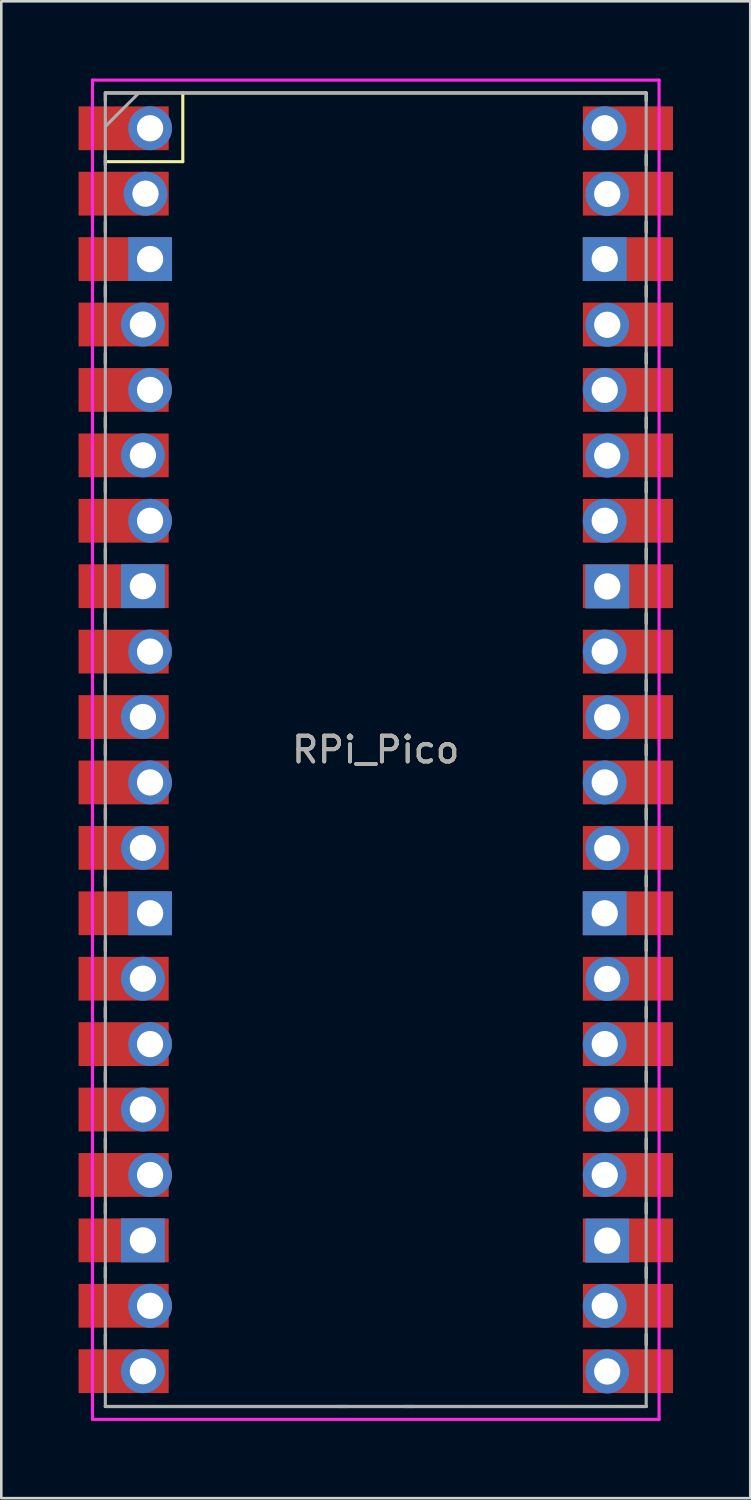
<source format=kicad_pcb>
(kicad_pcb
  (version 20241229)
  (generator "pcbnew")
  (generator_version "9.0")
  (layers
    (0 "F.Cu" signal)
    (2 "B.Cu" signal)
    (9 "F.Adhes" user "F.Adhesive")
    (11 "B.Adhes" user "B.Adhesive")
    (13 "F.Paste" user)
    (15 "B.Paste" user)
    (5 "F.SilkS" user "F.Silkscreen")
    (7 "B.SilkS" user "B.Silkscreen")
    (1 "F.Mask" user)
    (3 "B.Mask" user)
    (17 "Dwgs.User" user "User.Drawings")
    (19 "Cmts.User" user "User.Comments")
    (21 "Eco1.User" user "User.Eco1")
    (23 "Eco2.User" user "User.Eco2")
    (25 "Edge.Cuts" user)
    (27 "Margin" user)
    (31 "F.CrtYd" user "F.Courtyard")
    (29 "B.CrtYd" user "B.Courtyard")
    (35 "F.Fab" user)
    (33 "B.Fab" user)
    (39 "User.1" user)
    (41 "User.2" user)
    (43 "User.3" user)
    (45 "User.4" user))
  (footprint "RPi_Pico"
    (layer "F.Cu")
    (at 11.54 26.06)
    (property "Reference" "RPi_Pico" (at 0 0 0) (layer "F.SilkS") (effects (font (size 1 1) (thickness 0.15))))
    (attr through_hole)
    (fp_line (start -10.5 -25.5) (end -10.5 -25.2) (stroke (width 0.12) (type solid)) (layer "F.SilkS"))
    (fp_line (start -10.5 -25.5) (end 10.5 -25.5) (stroke (width 0.12) (type solid)) (layer "F.SilkS"))
    (fp_line (start -10.5 -23.1) (end -10.5 -22.7) (stroke (width 0.12) (type solid)) (layer "F.SilkS"))
    (fp_line (start -10.5 -22.833) (end -7.493 -22.833) (stroke (width 0.12) (type solid)) (layer "F.SilkS"))
    (fp_line (start -10.5 -20.5) (end -10.5 -20.1) (stroke (width 0.12) (type solid)) (layer "F.SilkS"))
    (fp_line (start -10.5 -18) (end -10.5 -17.6) (stroke (width 0.12) (type solid)) (layer "F.SilkS"))
    (fp_line (start -10.5 -15.4) (end -10.5 -15) (stroke (width 0.12) (type solid)) (layer "F.SilkS"))
    (fp_line (start -10.5 -12.9) (end -10.5 -12.5) (stroke (width 0.12) (type solid)) (layer "F.SilkS"))
    (fp_line (start -10.5 -10.4) (end -10.5 -10) (stroke (width 0.12) (type solid)) (layer "F.SilkS"))
    (fp_line (start -10.5 -7.8) (end -10.5 -7.4) (stroke (width 0.12) (type solid)) (layer "F.SilkS"))
    (fp_line (start -10.5 -5.3) (end -10.5 -4.9) (stroke (width 0.12) (type solid)) (layer "F.SilkS"))
    (fp_line (start -10.5 -2.7) (end -10.5 -2.3) (stroke (width 0.12) (type solid)) (layer "F.SilkS"))
    (fp_line (start -10.5 -0.2) (end -10.5 0.2) (stroke (width 0.12) (type solid)) (layer "F.SilkS"))
    (fp_line (start -10.5 2.3) (end -10.5 2.7) (stroke (width 0.12) (type solid)) (layer "F.SilkS"))
    (fp_line (start -10.5 4.9) (end -10.5 5.3) (stroke (width 0.12) (type solid)) (layer "F.SilkS"))
    (fp_line (start -10.5 7.4) (end -10.5 7.8) (stroke (width 0.12) (type solid)) (layer "F.SilkS"))
    (fp_line (start -10.5 10) (end -10.5 10.4) (stroke (width 0.12) (type solid)) (layer "F.SilkS"))
    (fp_line (start -10.5 12.5) (end -10.5 12.9) (stroke (width 0.12) (type solid)) (layer "F.SilkS"))
    (fp_line (start -10.5 15.1) (end -10.5 15.5) (stroke (width 0.12) (type solid)) (layer "F.SilkS"))
    (fp_line (start -10.5 17.6) (end -10.5 18) (stroke (width 0.12) (type solid)) (layer "F.SilkS"))
    (fp_line (start -10.5 20.1) (end -10.5 20.5) (stroke (width 0.12) (type solid)) (layer "F.SilkS"))
    (fp_line (start -10.5 22.7) (end -10.5 23.1) (stroke (width 0.12) (type solid)) (layer "F.SilkS"))
    (fp_line (start -7.493 -22.833) (end -7.493 -25.5) (stroke (width 0.12) (type solid)) (layer "F.SilkS"))
    (fp_line (start -1.5 25.5) (end -1.1 25.5) (stroke (width 0.12) (type solid)) (layer "F.SilkS"))
    (fp_line (start 1.1 25.5) (end 1.5 25.5) (stroke (width 0.12) (type solid)) (layer "F.SilkS"))
    (fp_line (start 3.7 25.5) (end -10.5 25.5) (stroke (width 0.12) (type solid)) (layer "F.SilkS"))
    (fp_line (start 10.5 -25.5) (end 10.5 -25.2) (stroke (width 0.12) (type solid)) (layer "F.SilkS"))
    (fp_line (start 10.5 -23.1) (end 10.5 -22.7) (stroke (width 0.12) (type solid)) (layer "F.SilkS"))
    (fp_line (start 10.5 -20.5) (end 10.5 -20.1) (stroke (width 0.12) (type solid)) (layer "F.SilkS"))
    (fp_line (start 10.5 -18) (end 10.5 -17.6) (stroke (width 0.12) (type solid)) (layer "F.SilkS"))
    (fp_line (start 10.5 -15.4) (end 10.5 -15) (stroke (width 0.12) (type solid)) (layer "F.SilkS"))
    (fp_line (start 10.5 -12.9) (end 10.5 -12.5) (stroke (width 0.12) (type solid)) (layer "F.SilkS"))
    (fp_line (start 10.5 -10.4) (end 10.5 -10) (stroke (width 0.12) (type solid)) (layer "F.SilkS"))
    (fp_line (start 10.5 -7.8) (end 10.5 -7.4) (stroke (width 0.12) (type solid)) (layer "F.SilkS"))
    (fp_line (start 10.5 -5.3) (end 10.5 -4.9) (stroke (width 0.12) (type solid)) (layer "F.SilkS"))
    (fp_line (start 10.5 -2.7) (end 10.5 -2.3) (stroke (width 0.12) (type solid)) (layer "F.SilkS"))
    (fp_line (start 10.5 -0.2) (end 10.5 0.2) (stroke (width 0.12) (type solid)) (layer "F.SilkS"))
    (fp_line (start 10.5 2.3) (end 10.5 2.7) (stroke (width 0.12) (type solid)) (layer "F.SilkS"))
    (fp_line (start 10.5 4.9) (end 10.5 5.3) (stroke (width 0.12) (type solid)) (layer "F.SilkS"))
    (fp_line (start 10.5 7.4) (end 10.5 7.8) (stroke (width 0.12) (type solid)) (layer "F.SilkS"))
    (fp_line (start 10.5 10) (end 10.5 10.4) (stroke (width 0.12) (type solid)) (layer "F.SilkS"))
    (fp_line (start 10.5 12.5) (end 10.5 12.9) (stroke (width 0.12) (type solid)) (layer "F.SilkS"))
    (fp_line (start 10.5 15.1) (end 10.5 15.5) (stroke (width 0.12) (type solid)) (layer "F.SilkS"))
    (fp_line (start 10.5 17.6) (end 10.5 18) (stroke (width 0.12) (type solid)) (layer "F.SilkS"))
    (fp_line (start 10.5 20.1) (end 10.5 20.5) (stroke (width 0.12) (type solid)) (layer "F.SilkS"))
    (fp_line (start 10.5 22.7) (end 10.5 23.1) (stroke (width 0.12) (type solid)) (layer "F.SilkS"))
    (fp_line (start 10.5 25.5) (end 3.7 25.5) (stroke (width 0.12) (type solid)) (layer "F.SilkS"))
    (fp_line (start -11 -26) (end 11 -26) (stroke (width 0.12) (type solid)) (layer "F.CrtYd"))
    (fp_line (start -11 26) (end -11 -26) (stroke (width 0.12) (type solid)) (layer "F.CrtYd"))
    (fp_line (start 11 -26) (end 11 26) (stroke (width 0.12) (type solid)) (layer "F.CrtYd"))
    (fp_line (start 11 26) (end -11 26) (stroke (width 0.12) (type solid)) (layer "F.CrtYd"))
    (fp_line (start -10.5 -25.5) (end 10.5 -25.5) (stroke (width 0.12) (type solid)) (layer "F.Fab"))
    (fp_line (start -10.5 -24.2) (end -9.2 -25.5) (stroke (width 0.12) (type solid)) (layer "F.Fab"))
    (fp_line (start -10.5 25.5) (end -10.5 -25.5) (stroke (width 0.12) (type solid)) (layer "F.Fab"))
    (fp_line (start 10.5 -25.5) (end 10.5 25.5) (stroke (width 0.12) (type solid)) (layer "F.Fab"))
    (fp_line (start 10.5 25.5) (end -10.5 25.5) (stroke (width 0.12) (type solid)) (layer "F.Fab"))
    (fp_text user "${REFERENCE}" (at 0 0 180) (layer "F.Fab") (effects (font (size 1 1) (thickness 0.15))))
    (pad "1" smd rect (at -8.89 -24.13) (size 3.5 1.7) (drill (offset -0.9 0)) (layers "F.Cu" "F.Mask"))
    (pad "1" thru_hole oval (at -8.763 -24.13) (size 1.7 1.7) (drill 1.02) (layers "*.Cu" "*.Mask"))
    (pad "2" thru_hole oval (at -8.941 -21.59) (size 1.7 1.7) (drill 1.02) (layers "*.Cu" "*.Mask"))
    (pad "2" smd rect (at -8.89 -21.59) (size 3.5 1.7) (drill (offset -0.9 0)) (layers "F.Cu" "F.Mask"))
    (pad "3" smd rect (at -8.89 -19.05) (size 3.5 1.7) (drill (offset -0.9 0)) (layers "F.Cu" "F.Mask"))
    (pad "3" thru_hole rect (at -8.763 -19.05) (size 1.7 1.7) (drill 1.02) (layers "*.Cu" "*.Mask"))
    (pad "4" thru_hole oval (at -9.042 -16.51) (size 1.7 1.7) (drill 1.02) (layers "*.Cu" "*.Mask"))
    (pad "4" smd rect (at -8.89 -16.51) (size 3.5 1.7) (drill (offset -0.9 0)) (layers "F.Cu" "F.Mask"))
    (pad "5" smd rect (at -8.89 -13.97) (size 3.5 1.7) (drill (offset -0.9 0)) (layers "F.Cu" "F.Mask"))
    (pad "5" thru_hole oval (at -8.763 -13.97) (size 1.7 1.7) (drill 1.02) (layers "*.Cu" "*.Mask"))
    (pad "6" thru_hole oval (at -9.042 -11.43) (size 1.7 1.7) (drill 1.02) (layers "*.Cu" "*.Mask"))
    (pad "6" smd rect (at -8.89 -11.43) (size 3.5 1.7) (drill (offset -0.9 0)) (layers "F.Cu" "F.Mask"))
    (pad "7" smd rect (at -8.89 -8.89) (size 3.5 1.7) (drill (offset -0.9 0)) (layers "F.Cu" "F.Mask"))
    (pad "7" thru_hole oval (at -8.763 -8.89) (size 1.7 1.7) (drill 1.02) (layers "*.Cu" "*.Mask"))
    (pad "8" thru_hole rect (at -9.042 -6.35) (size 1.7 1.7) (drill 1.02) (layers "*.Cu" "*.Mask"))
    (pad "8" smd rect (at -8.89 -6.35) (size 3.5 1.7) (drill (offset -0.9 0)) (layers "F.Cu" "F.Mask"))
    (pad "9" smd rect (at -8.89 -3.81) (size 3.5 1.7) (drill (offset -0.9 0)) (layers "F.Cu" "F.Mask"))
    (pad "9" thru_hole oval (at -8.763 -3.81) (size 1.7 1.7) (drill 1.02) (layers "*.Cu" "*.Mask"))
    (pad "10" thru_hole oval (at -9.042 -1.27) (size 1.7 1.7) (drill 1.02) (layers "*.Cu" "*.Mask"))
    (pad "10" smd rect (at -8.89 -1.27) (size 3.5 1.7) (drill (offset -0.9 0)) (layers "F.Cu" "F.Mask"))
    (pad "11" smd rect (at -8.89 1.27) (size 3.5 1.7) (drill (offset -0.9 0)) (layers "F.Cu" "F.Mask"))
    (pad "11" thru_hole oval (at -8.763 1.27) (size 1.7 1.7) (drill 1.02) (layers "*.Cu" "*.Mask"))
    (pad "12" thru_hole oval (at -9.042 3.81) (size 1.7 1.7) (drill 1.02) (layers "*.Cu" "*.Mask"))
    (pad "12" smd rect (at -8.89 3.81) (size 3.5 1.7) (drill (offset -0.9 0)) (layers "F.Cu" "F.Mask"))
    (pad "13" smd rect (at -8.89 6.35) (size 3.5 1.7) (drill (offset -0.9 0)) (layers "F.Cu" "F.Mask"))
    (pad "13" thru_hole rect (at -8.763 6.35) (size 1.7 1.7) (drill 1.02) (layers "*.Cu" "*.Mask"))
    (pad "14" thru_hole oval (at -9.042 8.89) (size 1.7 1.7) (drill 1.02) (layers "*.Cu" "*.Mask"))
    (pad "14" smd rect (at -8.89 8.89) (size 3.5 1.7) (drill (offset -0.9 0)) (layers "F.Cu" "F.Mask"))
    (pad "15" smd rect (at -8.89 11.43) (size 3.5 1.7) (drill (offset -0.9 0)) (layers "F.Cu" "F.Mask"))
    (pad "15" thru_hole oval (at -8.763 11.43) (size 1.7 1.7) (drill 1.02) (layers "*.Cu" "*.Mask"))
    (pad "16" thru_hole oval (at -9.042 13.97) (size 1.7 1.7) (drill 1.02) (layers "*.Cu" "*.Mask"))
    (pad "16" smd rect (at -8.89 13.97) (size 3.5 1.7) (drill (offset -0.9 0)) (layers "F.Cu" "F.Mask"))
    (pad "17" smd rect (at -8.89 16.51) (size 3.5 1.7) (drill (offset -0.9 0)) (layers "F.Cu" "F.Mask"))
    (pad "17" thru_hole oval (at -8.763 16.51) (size 1.7 1.7) (drill 1.02) (layers "*.Cu" "*.Mask"))
    (pad "18" thru_hole rect (at -9.042 19.05) (size 1.7 1.7) (drill 1.02) (layers "*.Cu" "*.Mask"))
    (pad "18" smd rect (at -8.89 19.05) (size 3.5 1.7) (drill (offset -0.9 0)) (layers "F.Cu" "F.Mask"))
    (pad "19" smd rect (at -8.89 21.59) (size 3.5 1.7) (drill (offset -0.9 0)) (layers "F.Cu" "F.Mask"))
    (pad "19" thru_hole oval (at -8.763 21.59) (size 1.7 1.7) (drill 1.02) (layers "*.Cu" "*.Mask"))
    (pad "20" thru_hole oval (at -9.042 24.13) (size 1.7 1.7) (drill 1.02) (layers "*.Cu" "*.Mask"))
    (pad "20" smd rect (at -8.89 24.13) (size 3.5 1.7) (drill (offset -0.9 0)) (layers "F.Cu" "F.Mask"))
    (pad "21" smd rect (at 8.89 24.13) (size 3.5 1.7) (drill (offset 0.9 0)) (layers "F.Cu" "F.Mask"))
    (pad "21" thru_hole oval (at 8.987 24.14) (size 1.7 1.7) (drill 1.02) (layers "*.Cu" "*.Mask"))
    (pad "22" thru_hole oval (at 8.89 21.59) (size 1.7 1.7) (drill 1.02) (layers "*.Cu" "*.Mask"))
    (pad "22" smd rect (at 8.89 21.59) (size 3.5 1.7) (drill (offset 0.9 0)) (layers "F.Cu" "F.Mask"))
    (pad "23" smd rect (at 8.89 19.05) (size 3.5 1.7) (drill (offset 0.9 0)) (layers "F.Cu" "F.Mask"))
    (pad "23" thru_hole rect (at 8.987 19.06) (size 1.7 1.7) (drill 1.02) (layers "*.Cu" "*.Mask"))
    (pad "24" thru_hole oval (at 8.89 16.51) (size 1.7 1.7) (drill 1.02) (layers "*.Cu" "*.Mask"))
    (pad "24" smd rect (at 8.89 16.51) (size 3.5 1.7) (drill (offset 0.9 0)) (layers "F.Cu" "F.Mask"))
    (pad "25" smd rect (at 8.89 13.97) (size 3.5 1.7) (drill (offset 0.9 0)) (layers "F.Cu" "F.Mask"))
    (pad "25" thru_hole oval (at 8.987 13.98) (size 1.7 1.7) (drill 1.02) (layers "*.Cu" "*.Mask"))
    (pad "26" thru_hole oval (at 8.89 11.43) (size 1.7 1.7) (drill 1.02) (layers "*.Cu" "*.Mask"))
    (pad "26" smd rect (at 8.89 11.43) (size 3.5 1.7) (drill (offset 0.9 0)) (layers "F.Cu" "F.Mask"))
    (pad "27" smd rect (at 8.89 8.89) (size 3.5 1.7) (drill (offset 0.9 0)) (layers "F.Cu" "F.Mask"))
    (pad "27" thru_hole oval (at 8.987 8.9) (size 1.7 1.7) (drill 1.02) (layers "*.Cu" "*.Mask"))
    (pad "28" thru_hole rect (at 8.89 6.35) (size 1.7 1.7) (drill 1.02) (layers "*.Cu" "*.Mask"))
    (pad "28" smd rect (at 8.89 6.35) (size 3.5 1.7) (drill (offset 0.9 0)) (layers "F.Cu" "F.Mask"))
    (pad "29" smd rect (at 8.89 3.81) (size 3.5 1.7) (drill (offset 0.9 0)) (layers "F.Cu" "F.Mask"))
    (pad "29" thru_hole oval (at 8.987 3.82) (size 1.7 1.7) (drill 1.02) (layers "*.Cu" "*.Mask"))
    (pad "30" thru_hole oval (at 8.89 1.27) (size 1.7 1.7) (drill 1.02) (layers "*.Cu" "*.Mask"))
    (pad "30" smd rect (at 8.89 1.27) (size 3.5 1.7) (drill (offset 0.9 0)) (layers "F.Cu" "F.Mask"))
    (pad "31" smd rect (at 8.89 -1.27) (size 3.5 1.7) (drill (offset 0.9 0)) (layers "F.Cu" "F.Mask"))
    (pad "31" thru_hole oval (at 8.987 -1.26) (size 1.7 1.7) (drill 1.02) (layers "*.Cu" "*.Mask"))
    (pad "32" thru_hole oval (at 8.89 -3.81) (size 1.7 1.7) (drill 1.02) (layers "*.Cu" "*.Mask"))
    (pad "32" smd rect (at 8.89 -3.81) (size 3.5 1.7) (drill (offset 0.9 0)) (layers "F.Cu" "F.Mask"))
    (pad "33" smd rect (at 8.89 -6.35) (size 3.5 1.7) (drill (offset 0.9 0)) (layers "F.Cu" "F.Mask"))
    (pad "33" thru_hole rect (at 8.987 -6.34) (size 1.7 1.7) (drill 1.02) (layers "*.Cu" "*.Mask"))
    (pad "34" thru_hole oval (at 8.89 -8.89) (size 1.7 1.7) (drill 1.02) (layers "*.Cu" "*.Mask"))
    (pad "34" smd rect (at 8.89 -8.89) (size 3.5 1.7) (drill (offset 0.9 0)) (layers "F.Cu" "F.Mask"))
    (pad "35" smd rect (at 8.89 -11.43) (size 3.5 1.7) (drill (offset 0.9 0)) (layers "F.Cu" "F.Mask"))
    (pad "35" thru_hole oval (at 8.987 -11.42) (size 1.7 1.7) (drill 1.02) (layers "*.Cu" "*.Mask"))
    (pad "36" thru_hole oval (at 8.89 -13.97) (size 1.7 1.7) (drill 1.02) (layers "*.Cu" "*.Mask"))
    (pad "36" smd rect (at 8.89 -13.97) (size 3.5 1.7) (drill (offset 0.9 0)) (layers "F.Cu" "F.Mask"))
    (pad "37" smd rect (at 8.89 -16.51) (size 3.5 1.7) (drill (offset 0.9 0)) (layers "F.Cu" "F.Mask"))
    (pad "37" thru_hole oval (at 8.987 -16.5) (size 1.7 1.7) (drill 1.02) (layers "*.Cu" "*.Mask"))
    (pad "38" thru_hole rect (at 8.89 -19.05) (size 1.7 1.7) (drill 1.02) (layers "*.Cu" "*.Mask"))
    (pad "38" smd rect (at 8.89 -19.05) (size 3.5 1.7) (drill (offset 0.9 0)) (layers "F.Cu" "F.Mask"))
    (pad "39" smd rect (at 8.89 -21.59) (size 3.5 1.7) (drill (offset 0.9 0)) (layers "F.Cu" "F.Mask"))
    (pad "39" thru_hole oval (at 8.987 -21.58) (size 1.7 1.7) (drill 1.02) (layers "*.Cu" "*.Mask"))
    (pad "40" thru_hole oval (at 8.89 -24.13) (size 1.7 1.7) (drill 1.02) (layers "*.Cu" "*.Mask"))
    (pad "40" smd rect (at 8.89 -24.13) (size 3.5 1.7) (drill (offset 0.9 0)) (layers "F.Cu" "F.Mask")))
  (gr_rect
    (start -3 -3)
    (end 26.08 55.12)
    (stroke (width 0.1) (type default))
    (fill no)
    (layer "Edge.Cuts")))
</source>
